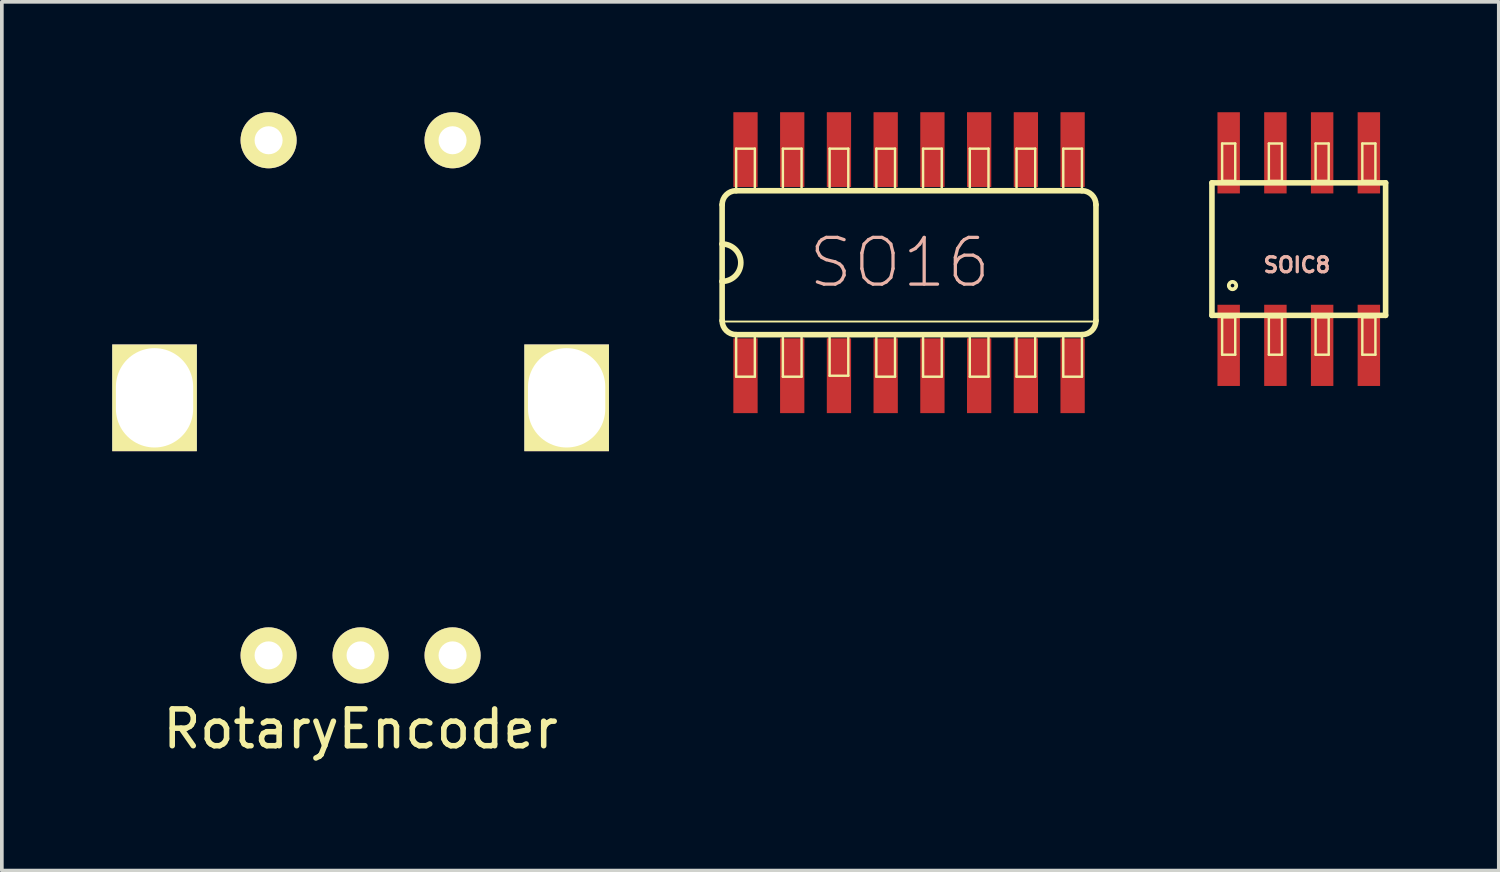
<source format=kicad_pcb>
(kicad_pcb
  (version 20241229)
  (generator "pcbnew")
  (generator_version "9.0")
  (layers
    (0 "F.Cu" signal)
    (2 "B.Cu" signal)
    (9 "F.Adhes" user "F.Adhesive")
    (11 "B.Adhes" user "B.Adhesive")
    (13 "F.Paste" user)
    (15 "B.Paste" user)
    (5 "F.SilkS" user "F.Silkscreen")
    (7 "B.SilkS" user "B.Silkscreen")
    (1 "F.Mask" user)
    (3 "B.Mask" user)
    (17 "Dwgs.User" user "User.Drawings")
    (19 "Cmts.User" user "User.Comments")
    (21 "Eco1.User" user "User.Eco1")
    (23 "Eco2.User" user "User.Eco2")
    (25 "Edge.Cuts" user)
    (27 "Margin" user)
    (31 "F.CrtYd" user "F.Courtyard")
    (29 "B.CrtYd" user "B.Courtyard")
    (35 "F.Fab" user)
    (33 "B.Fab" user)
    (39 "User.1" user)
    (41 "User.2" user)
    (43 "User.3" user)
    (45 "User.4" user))
  (footprint "SO16"
    (layer "F.Cu")
    (at 21.656 4.089)
    (property "Reference" "SO16" (at -0.254 0 0) (layer "B.SilkS") (effects (font (size 1.27 1.27) (thickness 0.089))))
    (attr smd)
    (fp_line (start -5.08 -1.575) (end -5.08 -0.508) (stroke (width 0.152) (type solid)) (layer "F.SilkS"))
    (fp_line (start -5.08 -0.508) (end -5.08 0.508) (stroke (width 0.152) (type solid)) (layer "F.SilkS"))
    (fp_line (start -5.08 0.508) (end -5.08 1.575) (stroke (width 0.152) (type solid)) (layer "F.SilkS"))
    (fp_line (start -5.08 1.6) (end 5.08 1.6) (stroke (width 0.051) (type solid)) (layer "F.SilkS"))
    (fp_line (start -4.699 -3.099) (end -4.191 -3.099) (stroke (width 0.066) (type solid)) (layer "F.SilkS"))
    (fp_line (start -4.699 -1.956) (end -4.699 -3.099) (stroke (width 0.066) (type solid)) (layer "F.SilkS"))
    (fp_line (start -4.699 -1.956) (end -4.191 -1.956) (stroke (width 0.066) (type solid)) (layer "F.SilkS"))
    (fp_line (start -4.699 1.956) (end -4.191 1.956) (stroke (width 0.066) (type solid)) (layer "F.SilkS"))
    (fp_line (start -4.699 1.956) (end 4.699 1.956) (stroke (width 0.152) (type solid)) (layer "F.SilkS"))
    (fp_line (start -4.699 3.099) (end -4.699 1.956) (stroke (width 0.066) (type solid)) (layer "F.SilkS"))
    (fp_line (start -4.699 3.099) (end -4.191 3.099) (stroke (width 0.066) (type solid)) (layer "F.SilkS"))
    (fp_line (start -4.191 -1.956) (end -4.191 -3.099) (stroke (width 0.066) (type solid)) (layer "F.SilkS"))
    (fp_line (start -4.191 3.099) (end -4.191 1.956) (stroke (width 0.066) (type solid)) (layer "F.SilkS"))
    (fp_line (start -3.429 -3.099) (end -2.921 -3.099) (stroke (width 0.066) (type solid)) (layer "F.SilkS"))
    (fp_line (start -3.429 -1.956) (end -3.429 -3.099) (stroke (width 0.066) (type solid)) (layer "F.SilkS"))
    (fp_line (start -3.429 -1.956) (end -2.921 -1.956) (stroke (width 0.066) (type solid)) (layer "F.SilkS"))
    (fp_line (start -3.429 1.956) (end -2.921 1.956) (stroke (width 0.066) (type solid)) (layer "F.SilkS"))
    (fp_line (start -3.429 3.099) (end -3.429 1.956) (stroke (width 0.066) (type solid)) (layer "F.SilkS"))
    (fp_line (start -3.429 3.099) (end -2.921 3.099) (stroke (width 0.066) (type solid)) (layer "F.SilkS"))
    (fp_line (start -2.921 -1.956) (end -2.921 -3.099) (stroke (width 0.066) (type solid)) (layer "F.SilkS"))
    (fp_line (start -2.921 3.099) (end -2.921 1.956) (stroke (width 0.066) (type solid)) (layer "F.SilkS"))
    (fp_line (start -2.159 -3.099) (end -1.651 -3.099) (stroke (width 0.066) (type solid)) (layer "F.SilkS"))
    (fp_line (start -2.159 -1.956) (end -2.159 -3.099) (stroke (width 0.066) (type solid)) (layer "F.SilkS"))
    (fp_line (start -2.159 -1.956) (end -1.651 -1.956) (stroke (width 0.066) (type solid)) (layer "F.SilkS"))
    (fp_line (start -2.159 1.93) (end -1.651 1.93) (stroke (width 0.066) (type solid)) (layer "F.SilkS"))
    (fp_line (start -2.159 3.073) (end -2.159 1.93) (stroke (width 0.066) (type solid)) (layer "F.SilkS"))
    (fp_line (start -2.159 3.073) (end -1.651 3.073) (stroke (width 0.066) (type solid)) (layer "F.SilkS"))
    (fp_line (start -1.651 -1.956) (end -1.651 -3.099) (stroke (width 0.066) (type solid)) (layer "F.SilkS"))
    (fp_line (start -1.651 3.073) (end -1.651 1.93) (stroke (width 0.066) (type solid)) (layer "F.SilkS"))
    (fp_line (start -0.889 -3.099) (end -0.381 -3.099) (stroke (width 0.066) (type solid)) (layer "F.SilkS"))
    (fp_line (start -0.889 -1.956) (end -0.889 -3.099) (stroke (width 0.066) (type solid)) (layer "F.SilkS"))
    (fp_line (start -0.889 -1.956) (end -0.381 -1.956) (stroke (width 0.066) (type solid)) (layer "F.SilkS"))
    (fp_line (start -0.889 1.956) (end -0.381 1.956) (stroke (width 0.066) (type solid)) (layer "F.SilkS"))
    (fp_line (start -0.889 3.099) (end -0.889 1.956) (stroke (width 0.066) (type solid)) (layer "F.SilkS"))
    (fp_line (start -0.889 3.099) (end -0.381 3.099) (stroke (width 0.066) (type solid)) (layer "F.SilkS"))
    (fp_line (start -0.381 -1.956) (end -0.381 -3.099) (stroke (width 0.066) (type solid)) (layer "F.SilkS"))
    (fp_line (start -0.381 3.099) (end -0.381 1.956) (stroke (width 0.066) (type solid)) (layer "F.SilkS"))
    (fp_line (start 0.381 -3.099) (end 0.889 -3.099) (stroke (width 0.066) (type solid)) (layer "F.SilkS"))
    (fp_line (start 0.381 -1.956) (end 0.381 -3.099) (stroke (width 0.066) (type solid)) (layer "F.SilkS"))
    (fp_line (start 0.381 -1.956) (end 0.889 -1.956) (stroke (width 0.066) (type solid)) (layer "F.SilkS"))
    (fp_line (start 0.381 1.956) (end 0.889 1.956) (stroke (width 0.066) (type solid)) (layer "F.SilkS"))
    (fp_line (start 0.381 3.099) (end 0.381 1.956) (stroke (width 0.066) (type solid)) (layer "F.SilkS"))
    (fp_line (start 0.381 3.099) (end 0.889 3.099) (stroke (width 0.066) (type solid)) (layer "F.SilkS"))
    (fp_line (start 0.889 -1.956) (end 0.889 -3.099) (stroke (width 0.066) (type solid)) (layer "F.SilkS"))
    (fp_line (start 0.889 3.099) (end 0.889 1.956) (stroke (width 0.066) (type solid)) (layer "F.SilkS"))
    (fp_line (start 1.651 -3.099) (end 2.159 -3.099) (stroke (width 0.066) (type solid)) (layer "F.SilkS"))
    (fp_line (start 1.651 -1.956) (end 1.651 -3.099) (stroke (width 0.066) (type solid)) (layer "F.SilkS"))
    (fp_line (start 1.651 -1.956) (end 2.159 -1.956) (stroke (width 0.066) (type solid)) (layer "F.SilkS"))
    (fp_line (start 1.651 1.956) (end 2.159 1.956) (stroke (width 0.066) (type solid)) (layer "F.SilkS"))
    (fp_line (start 1.651 3.099) (end 1.651 1.956) (stroke (width 0.066) (type solid)) (layer "F.SilkS"))
    (fp_line (start 1.651 3.099) (end 2.159 3.099) (stroke (width 0.066) (type solid)) (layer "F.SilkS"))
    (fp_line (start 2.159 -1.956) (end 2.159 -3.099) (stroke (width 0.066) (type solid)) (layer "F.SilkS"))
    (fp_line (start 2.159 3.099) (end 2.159 1.956) (stroke (width 0.066) (type solid)) (layer "F.SilkS"))
    (fp_line (start 2.921 -3.099) (end 3.429 -3.099) (stroke (width 0.066) (type solid)) (layer "F.SilkS"))
    (fp_line (start 2.921 -1.956) (end 2.921 -3.099) (stroke (width 0.066) (type solid)) (layer "F.SilkS"))
    (fp_line (start 2.921 -1.956) (end 3.429 -1.956) (stroke (width 0.066) (type solid)) (layer "F.SilkS"))
    (fp_line (start 2.921 1.956) (end 3.429 1.956) (stroke (width 0.066) (type solid)) (layer "F.SilkS"))
    (fp_line (start 2.921 3.099) (end 2.921 1.956) (stroke (width 0.066) (type solid)) (layer "F.SilkS"))
    (fp_line (start 2.921 3.099) (end 3.429 3.099) (stroke (width 0.066) (type solid)) (layer "F.SilkS"))
    (fp_line (start 3.429 -1.956) (end 3.429 -3.099) (stroke (width 0.066) (type solid)) (layer "F.SilkS"))
    (fp_line (start 3.429 3.099) (end 3.429 1.956) (stroke (width 0.066) (type solid)) (layer "F.SilkS"))
    (fp_line (start 4.191 -3.099) (end 4.699 -3.099) (stroke (width 0.066) (type solid)) (layer "F.SilkS"))
    (fp_line (start 4.191 -1.956) (end 4.191 -3.099) (stroke (width 0.066) (type solid)) (layer "F.SilkS"))
    (fp_line (start 4.191 -1.956) (end 4.699 -1.956) (stroke (width 0.066) (type solid)) (layer "F.SilkS"))
    (fp_line (start 4.191 1.956) (end 4.699 1.956) (stroke (width 0.066) (type solid)) (layer "F.SilkS"))
    (fp_line (start 4.191 3.099) (end 4.191 1.956) (stroke (width 0.066) (type solid)) (layer "F.SilkS"))
    (fp_line (start 4.191 3.099) (end 4.699 3.099) (stroke (width 0.066) (type solid)) (layer "F.SilkS"))
    (fp_line (start 4.699 -1.956) (end -4.699 -1.956) (stroke (width 0.152) (type solid)) (layer "F.SilkS"))
    (fp_line (start 4.699 -1.956) (end 4.699 -3.099) (stroke (width 0.066) (type solid)) (layer "F.SilkS"))
    (fp_line (start 4.699 3.099) (end 4.699 1.956) (stroke (width 0.066) (type solid)) (layer "F.SilkS"))
    (fp_line (start 5.08 1.575) (end 5.08 -1.575) (stroke (width 0.152) (type solid)) (layer "F.SilkS"))
    (fp_arc (start -5.08 -1.5748) (mid -4.968408 -1.844208) (end -4.699 -1.9558) (stroke (width 0.1524) (type solid)) (layer "F.SilkS"))
    (fp_arc (start -5.08 -0.508) (mid -4.572 0) (end -5.08 0.508) (stroke (width 0.1524) (type solid)) (layer "F.SilkS"))
    (fp_arc (start -4.699 1.9558) (mid -4.968408 1.844208) (end -5.08 1.5748) (stroke (width 0.1524) (type solid)) (layer "F.SilkS"))
    (fp_arc (start 4.699 -1.9558) (mid 4.968408 -1.844208) (end 5.08 -1.5748) (stroke (width 0.1524) (type solid)) (layer "F.SilkS"))
    (fp_arc (start 5.08 1.5748) (mid 4.968408 1.844208) (end 4.699 1.9558) (stroke (width 0.1524) (type solid)) (layer "F.SilkS"))
    (pad "1" smd rect (at -4.445 3.073) (size 0.66 2.032) (layers "F.Cu" "F.Mask" "F.Paste"))
    (pad "2" smd rect (at -3.175 3.073) (size 0.66 2.032) (layers "F.Cu" "F.Mask" "F.Paste"))
    (pad "3" smd rect (at -1.905 3.073) (size 0.66 2.032) (layers "F.Cu" "F.Mask" "F.Paste"))
    (pad "4" smd rect (at -0.635 3.073) (size 0.66 2.032) (layers "F.Cu" "F.Mask" "F.Paste"))
    (pad "5" smd rect (at 0.635 3.073) (size 0.66 2.032) (layers "F.Cu" "F.Mask" "F.Paste"))
    (pad "6" smd rect (at 1.905 3.073) (size 0.66 2.032) (layers "F.Cu" "F.Mask" "F.Paste"))
    (pad "7" smd rect (at 3.175 3.073) (size 0.66 2.032) (layers "F.Cu" "F.Mask" "F.Paste"))
    (pad "8" smd rect (at 4.445 3.073) (size 0.66 2.032) (layers "F.Cu" "F.Mask" "F.Paste"))
    (pad "9" smd rect (at 4.445 -3.073) (size 0.66 2.032) (layers "F.Cu" "F.Mask" "F.Paste"))
    (pad "10" smd rect (at 3.175 -3.073) (size 0.66 2.032) (layers "F.Cu" "F.Mask" "F.Paste"))
    (pad "11" smd rect (at 1.905 -3.073) (size 0.66 2.032) (layers "F.Cu" "F.Mask" "F.Paste"))
    (pad "12" smd rect (at 0.635 -3.073) (size 0.66 2.032) (layers "F.Cu" "F.Mask" "F.Paste"))
    (pad "13" smd rect (at -0.635 -3.073) (size 0.66 2.032) (layers "F.Cu" "F.Mask" "F.Paste"))
    (pad "14" smd rect (at -1.905 -3.073) (size 0.66 2.032) (layers "F.Cu" "F.Mask" "F.Paste"))
    (pad "15" smd rect (at -3.175 -3.073) (size 0.66 2.032) (layers "F.Cu" "F.Mask" "F.Paste"))
    (pad "16" smd rect (at -4.445 -3.073) (size 0.66 2.032) (layers "F.Cu" "F.Mask" "F.Paste")))
  (footprint "RotaryEncoder"
    (layer "F.Cu")
    (at 6.75 7.762)
    (property "Reference" "RotaryEncoder" (at 0 9 0) (layer "F.SilkS") (effects (font (size 1 1) (thickness 0.15))))
    (attr through_hole)
    (pad "1" thru_hole circle (at -2.5 7) (size 1.524 1.524) (drill 0.762) (layers "*.Cu" "*.Mask" "F.SilkS"))
    (pad "2" thru_hole circle (at 0 7) (size 1.524 1.524) (drill 0.762) (layers "*.Cu" "*.Mask" "F.SilkS"))
    (pad "3" thru_hole circle (at 2.5 7) (size 1.524 1.524) (drill 0.762) (layers "*.Cu" "*.Mask" "F.SilkS"))
    (pad "4" thru_hole circle (at -2.5 -7) (size 1.524 1.524) (drill 0.762) (layers "*.Cu" "*.Mask" "F.SilkS"))
    (pad "5" thru_hole circle (at 2.5 -7) (size 1.524 1.524) (drill 0.762) (layers "*.Cu" "*.Mask" "F.SilkS"))
    (pad "6" thru_hole rect (at -5.6 0) (size 2.3 2.9) (drill oval 2.1 2.7) (layers "*.Cu" "*.Mask" "F.SilkS"))
    (pad "7" thru_hole rect (at 5.6 0) (size 2.3 2.9) (drill oval 2.1 2.7) (layers "*.Cu" "*.Mask" "F.SilkS")))
  (footprint "SOIC8"
    (layer "F.Cu")
    (at 32.248 3.72)
    (property "Reference" "SOIC8" (at -0.051 0.432 0) (layer "B.SilkS") (effects (font (size 0.406 0.406) (thickness 0.089))))
    (attr smd)
    (fp_line (start -2.36 -1.801) (end -2.36 1.801) (stroke (width 0.152) (type solid)) (layer "F.SilkS"))
    (fp_line (start -2.36 1.801) (end 2.36 1.801) (stroke (width 0.152) (type solid)) (layer "F.SilkS"))
    (fp_line (start -2.083 -2.87) (end -1.727 -2.87) (stroke (width 0.066) (type solid)) (layer "F.SilkS"))
    (fp_line (start -2.083 -1.854) (end -2.083 -2.87) (stroke (width 0.066) (type solid)) (layer "F.SilkS"))
    (fp_line (start -2.083 -1.854) (end -1.727 -1.854) (stroke (width 0.066) (type solid)) (layer "F.SilkS"))
    (fp_line (start -2.083 1.854) (end -1.727 1.854) (stroke (width 0.066) (type solid)) (layer "F.SilkS"))
    (fp_line (start -2.083 2.87) (end -2.083 1.854) (stroke (width 0.066) (type solid)) (layer "F.SilkS"))
    (fp_line (start -2.083 2.87) (end -1.727 2.87) (stroke (width 0.066) (type solid)) (layer "F.SilkS"))
    (fp_line (start -1.727 -1.854) (end -1.727 -2.87) (stroke (width 0.066) (type solid)) (layer "F.SilkS"))
    (fp_line (start -1.727 2.87) (end -1.727 1.854) (stroke (width 0.066) (type solid)) (layer "F.SilkS"))
    (fp_line (start -0.813 -2.87) (end -0.457 -2.87) (stroke (width 0.066) (type solid)) (layer "F.SilkS"))
    (fp_line (start -0.813 -1.854) (end -0.813 -2.87) (stroke (width 0.066) (type solid)) (layer "F.SilkS"))
    (fp_line (start -0.813 -1.854) (end -0.457 -1.854) (stroke (width 0.066) (type solid)) (layer "F.SilkS"))
    (fp_line (start -0.813 1.854) (end -0.457 1.854) (stroke (width 0.066) (type solid)) (layer "F.SilkS"))
    (fp_line (start -0.813 2.87) (end -0.813 1.854) (stroke (width 0.066) (type solid)) (layer "F.SilkS"))
    (fp_line (start -0.813 2.87) (end -0.457 2.87) (stroke (width 0.066) (type solid)) (layer "F.SilkS"))
    (fp_line (start -0.457 -1.854) (end -0.457 -2.87) (stroke (width 0.066) (type solid)) (layer "F.SilkS"))
    (fp_line (start -0.457 2.87) (end -0.457 1.854) (stroke (width 0.066) (type solid)) (layer "F.SilkS"))
    (fp_line (start 0.457 -2.87) (end 0.813 -2.87) (stroke (width 0.066) (type solid)) (layer "F.SilkS"))
    (fp_line (start 0.457 -1.854) (end 0.457 -2.87) (stroke (width 0.066) (type solid)) (layer "F.SilkS"))
    (fp_line (start 0.457 -1.854) (end 0.813 -1.854) (stroke (width 0.066) (type solid)) (layer "F.SilkS"))
    (fp_line (start 0.457 1.854) (end 0.813 1.854) (stroke (width 0.066) (type solid)) (layer "F.SilkS"))
    (fp_line (start 0.457 2.87) (end 0.457 1.854) (stroke (width 0.066) (type solid)) (layer "F.SilkS"))
    (fp_line (start 0.457 2.87) (end 0.813 2.87) (stroke (width 0.066) (type solid)) (layer "F.SilkS"))
    (fp_line (start 0.813 -1.854) (end 0.813 -2.87) (stroke (width 0.066) (type solid)) (layer "F.SilkS"))
    (fp_line (start 0.813 2.87) (end 0.813 1.854) (stroke (width 0.066) (type solid)) (layer "F.SilkS"))
    (fp_line (start 1.727 -2.87) (end 2.083 -2.87) (stroke (width 0.066) (type solid)) (layer "F.SilkS"))
    (fp_line (start 1.727 -1.854) (end 1.727 -2.87) (stroke (width 0.066) (type solid)) (layer "F.SilkS"))
    (fp_line (start 1.727 -1.854) (end 2.083 -1.854) (stroke (width 0.066) (type solid)) (layer "F.SilkS"))
    (fp_line (start 1.727 1.854) (end 2.083 1.854) (stroke (width 0.066) (type solid)) (layer "F.SilkS"))
    (fp_line (start 1.727 2.87) (end 1.727 1.854) (stroke (width 0.066) (type solid)) (layer "F.SilkS"))
    (fp_line (start 1.727 2.87) (end 2.083 2.87) (stroke (width 0.066) (type solid)) (layer "F.SilkS"))
    (fp_line (start 2.083 -1.854) (end 2.083 -2.87) (stroke (width 0.066) (type solid)) (layer "F.SilkS"))
    (fp_line (start 2.083 2.87) (end 2.083 1.854) (stroke (width 0.066) (type solid)) (layer "F.SilkS"))
    (fp_line (start 2.36 -1.801) (end -2.36 -1.801) (stroke (width 0.152) (type solid)) (layer "F.SilkS"))
    (fp_line (start 2.36 1.801) (end 2.36 -1.801) (stroke (width 0.152) (type solid)) (layer "F.SilkS"))
    (fp_circle (center -1.801 0.991) (end -1.872 1.062) (stroke (width 0.102) (type solid)) (fill no) (layer "F.SilkS"))
    (pad "1" smd rect (at -1.905 2.616) (size 0.61 2.207) (layers "F.Cu" "F.Mask" "F.Paste"))
    (pad "2" smd rect (at -0.635 2.616) (size 0.61 2.207) (layers "F.Cu" "F.Mask" "F.Paste"))
    (pad "3" smd rect (at 0.635 2.616) (size 0.61 2.207) (layers "F.Cu" "F.Mask" "F.Paste"))
    (pad "4" smd rect (at 1.905 2.616) (size 0.61 2.207) (layers "F.Cu" "F.Mask" "F.Paste"))
    (pad "5" smd rect (at 1.905 -2.616) (size 0.61 2.207) (layers "F.Cu" "F.Mask" "F.Paste"))
    (pad "6" smd rect (at 0.635 -2.616) (size 0.61 2.207) (layers "F.Cu" "F.Mask" "F.Paste"))
    (pad "7" smd rect (at -0.635 -2.616) (size 0.61 2.207) (layers "F.Cu" "F.Mask" "F.Paste"))
    (pad "8" smd rect (at -1.905 -2.616) (size 0.61 2.207) (layers "F.Cu" "F.Mask" "F.Paste")))
  (gr_rect
    (start -3 -3)
    (end 37.684 20.61)
    (stroke (width 0.1) (type default))
    (fill no)
    (layer "Edge.Cuts")))
</source>
